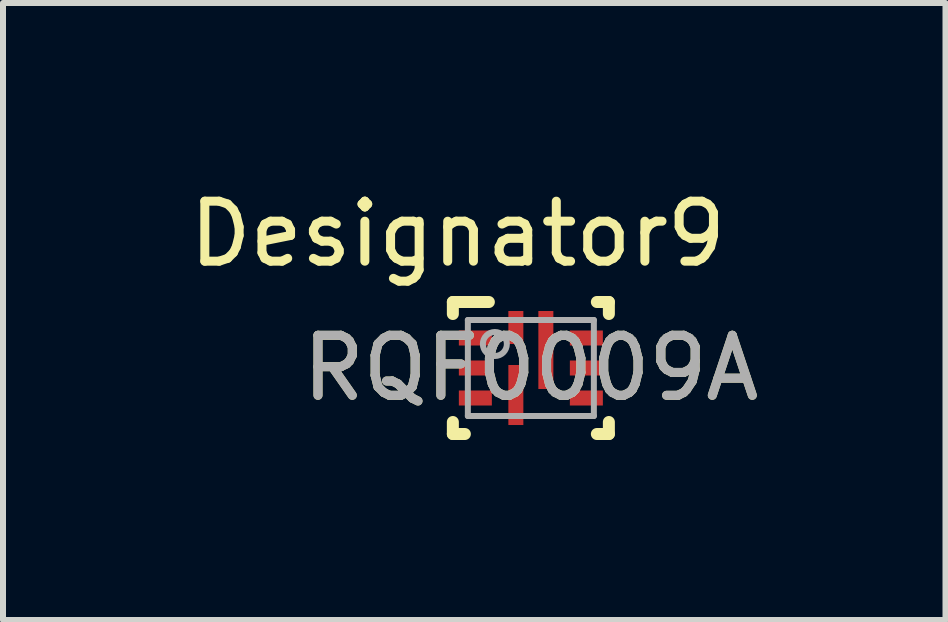
<source format=kicad_pcb>
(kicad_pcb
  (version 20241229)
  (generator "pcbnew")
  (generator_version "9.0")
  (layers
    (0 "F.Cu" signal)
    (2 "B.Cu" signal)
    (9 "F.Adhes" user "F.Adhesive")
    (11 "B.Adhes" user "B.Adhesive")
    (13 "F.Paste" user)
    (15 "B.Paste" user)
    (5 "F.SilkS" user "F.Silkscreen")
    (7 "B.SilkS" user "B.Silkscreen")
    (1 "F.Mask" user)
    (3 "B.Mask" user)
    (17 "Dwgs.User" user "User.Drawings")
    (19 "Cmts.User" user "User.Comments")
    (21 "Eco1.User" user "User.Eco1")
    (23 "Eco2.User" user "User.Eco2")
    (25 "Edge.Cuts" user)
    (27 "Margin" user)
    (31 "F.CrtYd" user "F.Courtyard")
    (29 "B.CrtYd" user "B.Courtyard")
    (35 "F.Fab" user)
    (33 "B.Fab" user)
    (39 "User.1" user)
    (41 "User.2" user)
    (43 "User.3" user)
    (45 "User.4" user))
  (footprint "RQF0009A"
    (layer "F.Cu")
    (at 5.797 3.083)
    (property "Reference" "RQF0009A" (at 0 0 0) (unlocked yes) (layer "F.SilkS") (effects (font (size 1 1) (thickness 0.15))))
    (attr smd)
    (fp_line (start -1.3 -1.1) (end -0.7 -1.1) (stroke (width 0.2) (type solid)) (layer "F.SilkS"))
    (fp_line (start -1.3 -0.9) (end -1.3 -1.1) (stroke (width 0.2) (type solid)) (layer "F.SilkS"))
    (fp_line (start -1.3 1.1) (end -1.3 0.9) (stroke (width 0.2) (type solid)) (layer "F.SilkS"))
    (fp_line (start -1.3 1.1) (end -1.1 1.1) (stroke (width 0.2) (type solid)) (layer "F.SilkS"))
    (fp_line (start 1.1 -1.1) (end 1.3 -1.1) (stroke (width 0.2) (type solid)) (layer "F.SilkS"))
    (fp_line (start 1.1 1.1) (end 1.3 1.1) (stroke (width 0.2) (type solid)) (layer "F.SilkS"))
    (fp_line (start 1.3 -0.9) (end 1.3 -1.1) (stroke (width 0.2) (type solid)) (layer "F.SilkS"))
    (fp_line (start 1.3 1.1) (end 1.3 0.9) (stroke (width 0.2) (type solid)) (layer "F.SilkS"))
    (fp_line (start -1.05 -0.8) (end 1.05 -0.8) (stroke (width 0.1) (type solid)) (layer "F.Fab"))
    (fp_line (start -1.05 0.8) (end -1.05 -0.8) (stroke (width 0.1) (type solid)) (layer "F.Fab"))
    (fp_line (start -1.05 0.8) (end 1.05 0.8) (stroke (width 0.1) (type solid)) (layer "F.Fab"))
    (fp_line (start 1.05 0.8) (end 1.05 -0.8) (stroke (width 0.1) (type solid)) (layer "F.Fab"))
    (fp_circle (center -0.6 -0.4) (end -0.4 -0.4) (stroke (width 0.1) (type solid)) (fill no) (layer "F.Fab"))
    (fp_text user "Designator9" (at -1.219 -2.235 0) (unlocked yes) (layer "F.SilkS") (effects (font (size 1 1) (thickness 0.15))))
    (fp_text user "${REFERENCE}" (at 0 0 0) (unlocked yes) (layer "F.Fab") (effects (font (size 1 1) (thickness 0.15))))
    (pad "1" smd rect (at -0.925 -0.5) (size 0.55 0.25) (layers "F.Cu" "F.Mask" "F.Paste"))
    (pad "2" smd rect (at -0.925 -0.000003) (size 0.55 0.25) (layers "F.Cu" "F.Mask" "F.Paste"))
    (pad "3" smd rect (at -0.925 0.5) (size 0.55 0.25) (layers "F.Cu" "F.Mask" "F.Paste"))
    (pad "4" smd rect (at -0.25 0.45 90) (size 1 0.25) (layers "F.Cu" "F.Mask" "F.Paste"))
    (pad "5" smd rect (at 0.925 0.5) (size 0.55 0.25) (layers "F.Cu" "F.Mask" "F.Paste"))
    (pad "6" smd rect (at 0.925 -0.000003) (size 0.55 0.25) (layers "F.Cu" "F.Mask" "F.Paste"))
    (pad "7" smd rect (at 0.925 -0.5) (size 0.55 0.25) (layers "F.Cu" "F.Mask" "F.Paste"))
    (pad "8" smd rect (at 0.25 -0.3 90) (size 1.3 0.25) (layers "F.Cu" "F.Mask" "F.Paste"))
    (pad "9" smd rect (at -0.25 -0.675 90) (size 0.55 0.25) (layers "F.Cu" "F.Mask" "F.Paste")))
  (gr_rect
    (start -3 -3)
    (end 12.707 7.283)
    (stroke (width 0.1) (type default))
    (fill no)
    (layer "Edge.Cuts")))
</source>
